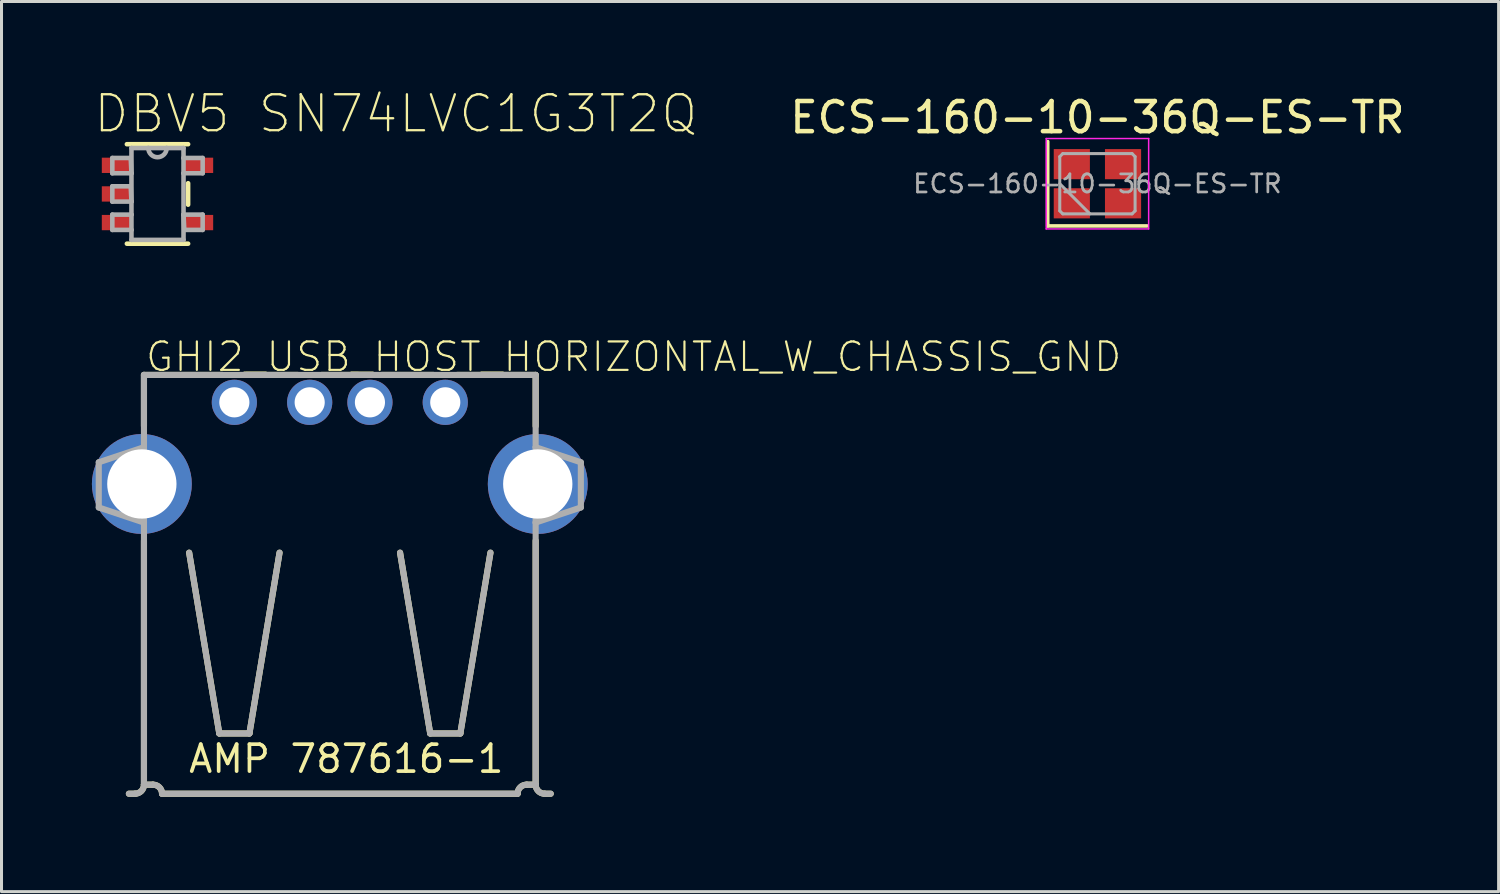
<source format=kicad_pcb>
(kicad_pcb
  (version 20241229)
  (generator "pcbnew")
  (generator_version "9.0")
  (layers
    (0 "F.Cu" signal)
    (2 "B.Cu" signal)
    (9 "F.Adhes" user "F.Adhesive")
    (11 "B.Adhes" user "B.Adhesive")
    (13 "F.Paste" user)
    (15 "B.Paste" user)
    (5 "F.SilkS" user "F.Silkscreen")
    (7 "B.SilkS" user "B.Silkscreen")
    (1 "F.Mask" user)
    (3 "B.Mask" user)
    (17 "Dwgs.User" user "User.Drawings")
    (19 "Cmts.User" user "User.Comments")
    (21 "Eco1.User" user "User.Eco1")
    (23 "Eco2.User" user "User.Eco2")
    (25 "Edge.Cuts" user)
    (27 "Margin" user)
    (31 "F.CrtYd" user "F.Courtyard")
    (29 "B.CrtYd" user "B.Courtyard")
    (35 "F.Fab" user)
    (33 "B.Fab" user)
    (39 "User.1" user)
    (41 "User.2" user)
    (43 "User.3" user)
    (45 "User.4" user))
  (footprint "GHI2_USB_HOST_HORIZONTAL_W_CHASSIS_GND"
    (layer "F.Cu")
    (at 8.228 23.293)
    (property "Reference" "GHI2_USB_HOST_HORIZONTAL_W_CHASSIS_GND" (at -6.5 -14.5 0) (layer "F.SilkS") (effects (font (size 0.944 0.944) (thickness 0.072)) (justify left)))
    (fp_line (start -6.8 0) (end -7 0) (stroke (width 0.203) (type solid)) (layer "F.SilkS"))
    (fp_line (start -6.5 -13.9) (end -6.5 -12.2) (stroke (width 0.203) (type solid)) (layer "F.SilkS"))
    (fp_line (start -6.5 -8.4) (end -6.5 -0.3) (stroke (width 0.203) (type solid)) (layer "F.SilkS"))
    (fp_line (start -6.5 -0.3) (end -6.5 -0.3) (stroke (width 0.203) (type solid)) (layer "F.SilkS"))
    (fp_line (start -6.5 -0.3) (end -6.2 -0.3) (stroke (width 0.203) (type solid)) (layer "F.SilkS"))
    (fp_line (start -5.9 0) (end 5.9 0) (stroke (width 0.203) (type solid)) (layer "F.SilkS"))
    (fp_line (start -5 -8) (end -4 -2) (stroke (width 0.203) (type solid)) (layer "F.SilkS"))
    (fp_line (start -4 -2) (end -3 -2) (stroke (width 0.203) (type solid)) (layer "F.SilkS"))
    (fp_line (start -3.9 -13.9) (end -6.5 -13.9) (stroke (width 0.203) (type solid)) (layer "F.SilkS"))
    (fp_line (start -3 -2) (end -2 -8) (stroke (width 0.203) (type solid)) (layer "F.SilkS"))
    (fp_line (start -1.4 -13.9) (end -3.1 -13.9) (stroke (width 0.203) (type solid)) (layer "F.SilkS"))
    (fp_line (start 0.6 -13.9) (end -0.6 -13.9) (stroke (width 0.203) (type solid)) (layer "F.SilkS"))
    (fp_line (start 3 -2) (end 2 -8) (stroke (width 0.203) (type solid)) (layer "F.SilkS"))
    (fp_line (start 3.1 -13.9) (end 1.4 -13.9) (stroke (width 0.203) (type solid)) (layer "F.SilkS"))
    (fp_line (start 4 -2) (end 3 -2) (stroke (width 0.203) (type solid)) (layer "F.SilkS"))
    (fp_line (start 5 -8) (end 4 -2) (stroke (width 0.203) (type solid)) (layer "F.SilkS"))
    (fp_line (start 6.2 -0.3) (end 6.5 -0.3) (stroke (width 0.203) (type solid)) (layer "F.SilkS"))
    (fp_line (start 6.5 -13.9) (end 3.9 -13.9) (stroke (width 0.203) (type solid)) (layer "F.SilkS"))
    (fp_line (start 6.5 -12.2) (end 6.5 -13.9) (stroke (width 0.203) (type solid)) (layer "F.SilkS"))
    (fp_line (start 6.5 -0.3) (end 6.5 -8.4) (stroke (width 0.203) (type solid)) (layer "F.SilkS"))
    (fp_line (start 6.8 0) (end 7 0) (stroke (width 0.203) (type solid)) (layer "F.SilkS"))
    (fp_arc (start -6.4999 -0.3) (mid -6.587768 -0.087868) (end -6.7999 0) (stroke (width 0.2032) (type solid)) (layer "F.SilkS"))
    (fp_arc (start -6.2 -0.3) (mid -5.987868 -0.212132) (end -5.9 0) (stroke (width 0.2032) (type solid)) (layer "F.SilkS"))
    (fp_arc (start 5.9 0) (mid 5.987862 -0.212167) (end 6.199999 -0.300099) (stroke (width 0.2032) (type solid)) (layer "F.SilkS"))
    (fp_arc (start 6.8 0) (mid 6.587868 -0.087868) (end 6.5 -0.3) (stroke (width 0.2032) (type solid)) (layer "F.SilkS"))
    (fp_line (start -8 -11) (end -8 -9.5) (stroke (width 0.203) (type solid)) (layer "F.Fab"))
    (fp_line (start -8 -9.5) (end -6.5 -9) (stroke (width 0.203) (type solid)) (layer "F.Fab"))
    (fp_line (start -6.8 0) (end -7 0) (stroke (width 0.203) (type solid)) (layer "F.Fab"))
    (fp_line (start -6.5 -13.9) (end -6.5 -11.5) (stroke (width 0.203) (type solid)) (layer "F.Fab"))
    (fp_line (start -6.5 -11.5) (end -8 -11) (stroke (width 0.203) (type solid)) (layer "F.Fab"))
    (fp_line (start -6.5 -11.5) (end -6.5 -9) (stroke (width 0.203) (type solid)) (layer "F.Fab"))
    (fp_line (start -6.5 -9) (end -6.5 -0.3) (stroke (width 0.203) (type solid)) (layer "F.Fab"))
    (fp_line (start -6.5 -0.3) (end -6.5 -0.3) (stroke (width 0.203) (type solid)) (layer "F.Fab"))
    (fp_line (start -6.5 -0.3) (end -6.2 -0.3) (stroke (width 0.203) (type solid)) (layer "F.Fab"))
    (fp_line (start -5.9 0) (end 5.9 0) (stroke (width 0.203) (type solid)) (layer "F.Fab"))
    (fp_line (start -5 -8) (end -4 -2) (stroke (width 0.203) (type solid)) (layer "F.Fab"))
    (fp_line (start -4 -2) (end -3 -2) (stroke (width 0.203) (type solid)) (layer "F.Fab"))
    (fp_line (start -3 -2) (end -2 -8) (stroke (width 0.203) (type solid)) (layer "F.Fab"))
    (fp_line (start 3 -2) (end 2 -8) (stroke (width 0.203) (type solid)) (layer "F.Fab"))
    (fp_line (start 4 -2) (end 3 -2) (stroke (width 0.203) (type solid)) (layer "F.Fab"))
    (fp_line (start 5 -8) (end 4 -2) (stroke (width 0.203) (type solid)) (layer "F.Fab"))
    (fp_line (start 6.2 -0.3) (end 6.5 -0.3) (stroke (width 0.203) (type solid)) (layer "F.Fab"))
    (fp_line (start 6.5 -13.9) (end -6.5 -13.9) (stroke (width 0.203) (type solid)) (layer "F.Fab"))
    (fp_line (start 6.5 -11.5) (end 6.5 -13.9) (stroke (width 0.203) (type solid)) (layer "F.Fab"))
    (fp_line (start 6.5 -11.5) (end 8 -11) (stroke (width 0.203) (type solid)) (layer "F.Fab"))
    (fp_line (start 6.5 -9) (end 6.5 -11.5) (stroke (width 0.203) (type solid)) (layer "F.Fab"))
    (fp_line (start 6.5 -0.3) (end 6.5 -9) (stroke (width 0.203) (type solid)) (layer "F.Fab"))
    (fp_line (start 6.8 0) (end 7 0) (stroke (width 0.203) (type solid)) (layer "F.Fab"))
    (fp_line (start 8 -11) (end 8 -9.5) (stroke (width 0.203) (type solid)) (layer "F.Fab"))
    (fp_line (start 8 -9.5) (end 6.5 -9) (stroke (width 0.203) (type solid)) (layer "F.Fab"))
    (fp_arc (start -6.4999 -0.3) (mid -6.587768 -0.087868) (end -6.7999 0) (stroke (width 0.2032) (type solid)) (layer "F.Fab"))
    (fp_arc (start -6.2 -0.3) (mid -5.987868 -0.212132) (end -5.9 0) (stroke (width 0.2032) (type solid)) (layer "F.Fab"))
    (fp_arc (start 5.9 0) (mid 5.987862 -0.212167) (end 6.199999 -0.300099) (stroke (width 0.2032) (type solid)) (layer "F.Fab"))
    (fp_arc (start 6.8 0) (mid 6.587868 -0.087868) (end 6.5 -0.3) (stroke (width 0.2032) (type solid)) (layer "F.Fab"))
    (fp_text user "AMP 787616-1" (at -5.08 -0.635 0) (layer "F.SilkS") (effects (font (size 0.894 0.894) (thickness 0.122)) (justify left bottom)))
    (pad "1" thru_hole circle (at -3.5 -12.99) (size 1.5 1.5) (drill 1) (layers "*.Cu" "*.Mask"))
    (pad "2" thru_hole circle (at -1 -12.99) (size 1.5 1.5) (drill 1) (layers "*.Cu" "*.Mask"))
    (pad "3" thru_hole circle (at 1 -12.99) (size 1.5 1.5) (drill 1) (layers "*.Cu" "*.Mask"))
    (pad "4" thru_hole circle (at 3.5 -12.99) (size 1.5 1.5) (drill 1) (layers "*.Cu" "*.Mask"))
    (pad "5" thru_hole circle (at -6.57 -10.28) (size 3.316 3.316) (drill 2.3) (layers "*.Cu" "*.Mask"))
    (pad "6" thru_hole circle (at 6.57 -10.28) (size 3.316 3.316) (drill 2.3) (layers "*.Cu" "*.Mask")))
  (footprint "DBV5 SN74LVC1G3T2Q"
    (layer "F.Cu")
    (at 2.177 3.387)
    (property "Reference" "DBV5 SN74LVC1G3T2Q" (at -2.177 -1.965 0) (layer "F.SilkS") (effects (font (size 1.194 1.194) (thickness 0.076)) (justify left bottom)))
    (fp_line (start -1.016 1.651) (end 1.016 1.651) (stroke (width 0.152) (type solid)) (layer "F.SilkS"))
    (fp_line (start 1.016 -1.651) (end -1.016 -1.651) (stroke (width 0.152) (type solid)) (layer "F.SilkS"))
    (fp_line (start 1.016 0.356) (end 1.016 -0.356) (stroke (width 0.152) (type solid)) (layer "F.SilkS"))
    (fp_line (start -1.499 -1.194) (end -1.499 -0.686) (stroke (width 0.152) (type solid)) (layer "F.Fab"))
    (fp_line (start -1.499 -0.686) (end -0.864 -0.686) (stroke (width 0.152) (type solid)) (layer "F.Fab"))
    (fp_line (start -1.499 -0.254) (end -1.499 0.254) (stroke (width 0.152) (type solid)) (layer "F.Fab"))
    (fp_line (start -1.499 0.254) (end -0.864 0.254) (stroke (width 0.152) (type solid)) (layer "F.Fab"))
    (fp_line (start -1.499 0.686) (end -1.499 1.194) (stroke (width 0.152) (type solid)) (layer "F.Fab"))
    (fp_line (start -1.499 1.194) (end -0.864 1.194) (stroke (width 0.152) (type solid)) (layer "F.Fab"))
    (fp_line (start -0.889 -1.194) (end -1.499 -1.194) (stroke (width 0.152) (type solid)) (layer "F.Fab"))
    (fp_line (start -0.889 -0.254) (end -1.499 -0.254) (stroke (width 0.152) (type solid)) (layer "F.Fab"))
    (fp_line (start -0.864 -1.524) (end -0.864 -0.686) (stroke (width 0.152) (type solid)) (layer "F.Fab"))
    (fp_line (start -0.864 -0.686) (end -0.889 -1.194) (stroke (width 0.152) (type solid)) (layer "F.Fab"))
    (fp_line (start -0.864 -0.686) (end -0.864 0.254) (stroke (width 0.152) (type solid)) (layer "F.Fab"))
    (fp_line (start -0.864 0.254) (end -0.889 -0.254) (stroke (width 0.152) (type solid)) (layer "F.Fab"))
    (fp_line (start -0.864 0.254) (end -0.864 0.686) (stroke (width 0.152) (type solid)) (layer "F.Fab"))
    (fp_line (start -0.864 0.686) (end -1.499 0.686) (stroke (width 0.152) (type solid)) (layer "F.Fab"))
    (fp_line (start -0.864 1.194) (end -0.864 0.686) (stroke (width 0.152) (type solid)) (layer "F.Fab"))
    (fp_line (start -0.864 1.524) (end -0.864 1.194) (stroke (width 0.152) (type solid)) (layer "F.Fab"))
    (fp_line (start -0.864 1.524) (end 0.864 1.524) (stroke (width 0.152) (type solid)) (layer "F.Fab"))
    (fp_line (start -0.305 -1.524) (end -0.864 -1.524) (stroke (width 0.152) (type solid)) (layer "F.Fab"))
    (fp_line (start 0.305 -1.524) (end -0.305 -1.524) (stroke (width 0.152) (type solid)) (layer "F.Fab"))
    (fp_line (start 0.864 -1.524) (end 0.305 -1.524) (stroke (width 0.152) (type solid)) (layer "F.Fab"))
    (fp_line (start 0.864 -1.524) (end 0.864 -1.194) (stroke (width 0.152) (type solid)) (layer "F.Fab"))
    (fp_line (start 0.864 -1.194) (end 0.864 -0.686) (stroke (width 0.152) (type solid)) (layer "F.Fab"))
    (fp_line (start 0.864 -0.686) (end 1.499 -0.686) (stroke (width 0.152) (type solid)) (layer "F.Fab"))
    (fp_line (start 0.864 0.686) (end 0.864 -0.686) (stroke (width 0.152) (type solid)) (layer "F.Fab"))
    (fp_line (start 0.864 0.686) (end 0.889 1.194) (stroke (width 0.152) (type solid)) (layer "F.Fab"))
    (fp_line (start 0.864 1.524) (end 0.864 0.686) (stroke (width 0.152) (type solid)) (layer "F.Fab"))
    (fp_line (start 0.889 1.194) (end 1.499 1.194) (stroke (width 0.152) (type solid)) (layer "F.Fab"))
    (fp_line (start 1.499 -1.194) (end 0.864 -1.194) (stroke (width 0.152) (type solid)) (layer "F.Fab"))
    (fp_line (start 1.499 -0.686) (end 1.499 -1.194) (stroke (width 0.152) (type solid)) (layer "F.Fab"))
    (fp_line (start 1.499 0.686) (end 0.864 0.686) (stroke (width 0.152) (type solid)) (layer "F.Fab"))
    (fp_line (start 1.499 1.194) (end 1.499 0.686) (stroke (width 0.152) (type solid)) (layer "F.Fab"))
    (fp_arc (start 0.3048 -1.524) (mid 0 -1.2192) (end -0.3048 -1.524) (stroke (width 0.1524) (type solid)) (layer "F.Fab"))
    (pad "1" smd rect (at -1.362 -0.95) (size 0.972 0.508) (layers "F.Cu" "F.Mask" "F.Paste"))
    (pad "2" smd rect (at -1.362 0) (size 0.972 0.508) (layers "F.Cu" "F.Mask" "F.Paste"))
    (pad "3" smd rect (at -1.362 0.95) (size 0.972 0.508) (layers "F.Cu" "F.Mask" "F.Paste"))
    (pad "4" smd rect (at 1.362 0.95) (size 0.972 0.508) (layers "F.Cu" "F.Mask" "F.Paste"))
    (pad "5" smd rect (at 1.362 -0.95) (size 0.972 0.508) (layers "F.Cu" "F.Mask" "F.Paste")))
  (footprint "ECS-160-10-36Q-ES-TR"
    (layer "F.Cu")
    (at 33.373 3.048)
    (property "Reference" "ECS-160-10-36Q-ES-TR" (at 0 -2.2 0) (layer "F.SilkS") (effects (font (size 1 1) (thickness 0.15))))
    (attr smd)
    (fp_line (start -1.65 -1.4) (end -1.65 1.4) (stroke (width 0.12) (type solid)) (layer "F.SilkS"))
    (fp_line (start -1.65 1.4) (end 1.65 1.4) (stroke (width 0.12) (type solid)) (layer "F.SilkS"))
    (fp_line (start -1.7 -1.5) (end -1.7 1.5) (stroke (width 0.05) (type solid)) (layer "F.CrtYd"))
    (fp_line (start -1.7 1.5) (end 1.7 1.5) (stroke (width 0.05) (type solid)) (layer "F.CrtYd"))
    (fp_line (start 1.7 -1.5) (end -1.7 -1.5) (stroke (width 0.05) (type solid)) (layer "F.CrtYd"))
    (fp_line (start 1.7 1.5) (end 1.7 -1.5) (stroke (width 0.05) (type solid)) (layer "F.CrtYd"))
    (fp_line (start -1.25 -0.9) (end -1.15 -1) (stroke (width 0.1) (type solid)) (layer "F.Fab"))
    (fp_line (start -1.25 0) (end -0.25 1) (stroke (width 0.1) (type solid)) (layer "F.Fab"))
    (fp_line (start -1.25 0.9) (end -1.25 -0.9) (stroke (width 0.1) (type solid)) (layer "F.Fab"))
    (fp_line (start -1.15 -1) (end 1.15 -1) (stroke (width 0.1) (type solid)) (layer "F.Fab"))
    (fp_line (start -1.15 1) (end -1.25 0.9) (stroke (width 0.1) (type solid)) (layer "F.Fab"))
    (fp_line (start 1.15 -1) (end 1.25 -0.9) (stroke (width 0.1) (type solid)) (layer "F.Fab"))
    (fp_line (start 1.15 1) (end -1.15 1) (stroke (width 0.1) (type solid)) (layer "F.Fab"))
    (fp_line (start 1.25 -0.9) (end 1.25 0.9) (stroke (width 0.1) (type solid)) (layer "F.Fab"))
    (fp_line (start 1.25 0.9) (end 1.15 1) (stroke (width 0.1) (type solid)) (layer "F.Fab"))
    (fp_text user "${REFERENCE}" (at 0 0 0) (layer "F.Fab") (effects (font (size 0.6 0.6) (thickness 0.09))))
    (pad "1" smd rect (at -0.85 0.65) (size 1.2 1) (layers "F.Cu" "F.Mask" "F.Paste"))
    (pad "2" smd rect (at 0.85 0.65) (size 1.2 1) (layers "F.Cu" "F.Mask" "F.Paste"))
    (pad "3" smd rect (at 0.85 -0.65) (size 1.2 1) (layers "F.Cu" "F.Mask" "F.Paste"))
    (pad "4" smd rect (at -0.85 -0.65) (size 1.2 1) (layers "F.Cu" "F.Mask" "F.Paste")))
  (gr_rect
    (start -3 -3)
    (end 46.688 26.543)
    (stroke (width 0.1) (type default))
    (fill no)
    (layer "Edge.Cuts")))
</source>
